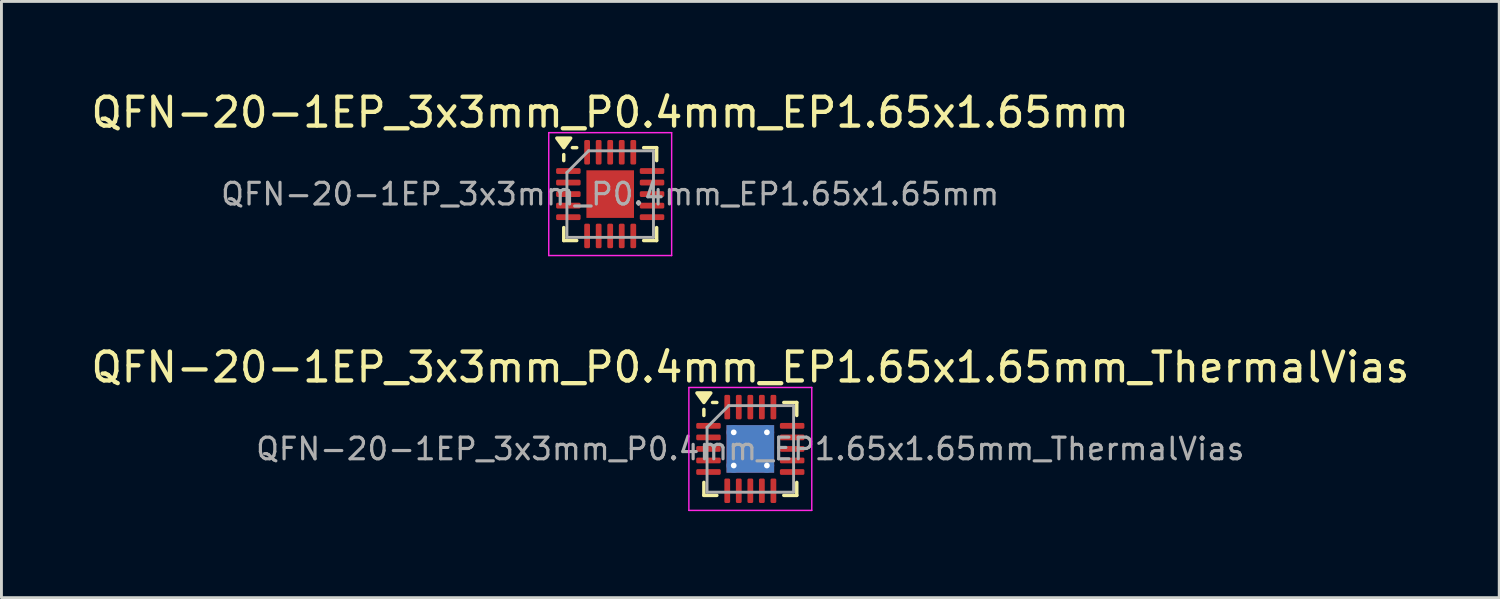
<source format=kicad_pcb>
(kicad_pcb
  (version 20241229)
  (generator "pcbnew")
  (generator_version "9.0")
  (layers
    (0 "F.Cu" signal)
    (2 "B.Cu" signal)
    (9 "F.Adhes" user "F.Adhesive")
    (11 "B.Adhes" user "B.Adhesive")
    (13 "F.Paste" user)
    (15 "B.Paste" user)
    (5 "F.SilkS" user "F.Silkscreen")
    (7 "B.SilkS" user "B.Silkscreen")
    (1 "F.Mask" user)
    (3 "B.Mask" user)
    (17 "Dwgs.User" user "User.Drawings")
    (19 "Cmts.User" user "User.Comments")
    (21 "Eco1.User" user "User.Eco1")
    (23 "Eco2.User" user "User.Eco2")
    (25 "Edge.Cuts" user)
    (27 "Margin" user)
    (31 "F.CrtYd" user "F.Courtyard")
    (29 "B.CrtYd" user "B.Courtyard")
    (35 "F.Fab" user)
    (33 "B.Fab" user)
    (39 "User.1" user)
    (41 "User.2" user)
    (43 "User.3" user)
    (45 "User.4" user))
  (footprint "QFN-20-1EP_3x3mm_P0.4mm_EP1.65x1.65mm_ThermalVias"
    (layer "F.Cu")
    (at 22.958 12.511)
    (property "Reference" "QFN-20-1EP_3x3mm_P0.4mm_EP1.65x1.65mm_ThermalVias" (at 0 -2.83 0) (layer "F.SilkS") (effects (font (size 1 1) (thickness 0.15))))
    (attr smd)
    (fp_line (start -1.61 -1.16) (end -1.61 -1.37) (stroke (width 0.12) (type solid)) (layer "F.SilkS"))
    (fp_line (start -1.61 1.61) (end -1.61 1.16) (stroke (width 0.12) (type solid)) (layer "F.SilkS"))
    (fp_line (start -1.16 -1.61) (end -1.31 -1.61) (stroke (width 0.12) (type solid)) (layer "F.SilkS"))
    (fp_line (start -1.16 1.61) (end -1.61 1.61) (stroke (width 0.12) (type solid)) (layer "F.SilkS"))
    (fp_line (start 1.16 -1.61) (end 1.61 -1.61) (stroke (width 0.12) (type solid)) (layer "F.SilkS"))
    (fp_line (start 1.16 1.61) (end 1.61 1.61) (stroke (width 0.12) (type solid)) (layer "F.SilkS"))
    (fp_line (start 1.61 -1.61) (end 1.61 -1.16) (stroke (width 0.12) (type solid)) (layer "F.SilkS"))
    (fp_line (start 1.61 1.61) (end 1.61 1.16) (stroke (width 0.12) (type solid)) (layer "F.SilkS"))
    (fp_poly (pts (xy -1.61 -1.61) (xy -1.85 -1.94) (xy -1.37 -1.94) (xy -1.61 -1.61)) (stroke (width 0.12) (type solid)) (fill yes) (layer "F.SilkS"))
    (fp_line (start -2.13 -2.13) (end -2.13 2.13) (stroke (width 0.05) (type solid)) (layer "F.CrtYd"))
    (fp_line (start -2.13 2.13) (end 2.13 2.13) (stroke (width 0.05) (type solid)) (layer "F.CrtYd"))
    (fp_line (start 2.13 -2.13) (end -2.13 -2.13) (stroke (width 0.05) (type solid)) (layer "F.CrtYd"))
    (fp_line (start 2.13 2.13) (end 2.13 -2.13) (stroke (width 0.05) (type solid)) (layer "F.CrtYd"))
    (fp_line (start -1.5 -0.75) (end -0.75 -1.5) (stroke (width 0.1) (type solid)) (layer "F.Fab"))
    (fp_line (start -1.5 1.5) (end -1.5 -0.75) (stroke (width 0.1) (type solid)) (layer "F.Fab"))
    (fp_line (start -0.75 -1.5) (end 1.5 -1.5) (stroke (width 0.1) (type solid)) (layer "F.Fab"))
    (fp_line (start 1.5 -1.5) (end 1.5 1.5) (stroke (width 0.1) (type solid)) (layer "F.Fab"))
    (fp_line (start 1.5 1.5) (end -1.5 1.5) (stroke (width 0.1) (type solid)) (layer "F.Fab"))
    (fp_text user "${REFERENCE}" (at 0 0 0) (layer "F.Fab") (effects (font (size 0.75 0.75) (thickness 0.11))))
    (pad "" smd roundrect (at -0.41 -0.41) (size 0.69 0.69) (layers "F.Paste") (roundrect_rratio 0.25))
    (pad "" smd roundrect (at -0.41 0.41) (size 0.69 0.69) (layers "F.Paste") (roundrect_rratio 0.25))
    (pad "" smd roundrect (at 0.41 -0.41) (size 0.69 0.69) (layers "F.Paste") (roundrect_rratio 0.25))
    (pad "" smd roundrect (at 0.41 0.41) (size 0.69 0.69) (layers "F.Paste") (roundrect_rratio 0.25))
    (pad "1" smd roundrect (at -1.45 -0.8) (size 0.85 0.2) (layers "F.Cu" "F.Mask" "F.Paste") (roundrect_rratio 0.25))
    (pad "2" smd roundrect (at -1.45 -0.4) (size 0.85 0.2) (layers "F.Cu" "F.Mask" "F.Paste") (roundrect_rratio 0.25))
    (pad "3" smd roundrect (at -1.45 0) (size 0.85 0.2) (layers "F.Cu" "F.Mask" "F.Paste") (roundrect_rratio 0.25))
    (pad "4" smd roundrect (at -1.45 0.4) (size 0.85 0.2) (layers "F.Cu" "F.Mask" "F.Paste") (roundrect_rratio 0.25))
    (pad "5" smd roundrect (at -1.45 0.8) (size 0.85 0.2) (layers "F.Cu" "F.Mask" "F.Paste") (roundrect_rratio 0.25))
    (pad "6" smd roundrect (at -0.8 1.45) (size 0.2 0.85) (layers "F.Cu" "F.Mask" "F.Paste") (roundrect_rratio 0.25))
    (pad "7" smd roundrect (at -0.4 1.45) (size 0.2 0.85) (layers "F.Cu" "F.Mask" "F.Paste") (roundrect_rratio 0.25))
    (pad "8" smd roundrect (at 0 1.45) (size 0.2 0.85) (layers "F.Cu" "F.Mask" "F.Paste") (roundrect_rratio 0.25))
    (pad "9" smd roundrect (at 0.4 1.45) (size 0.2 0.85) (layers "F.Cu" "F.Mask" "F.Paste") (roundrect_rratio 0.25))
    (pad "10" smd roundrect (at 0.8 1.45) (size 0.2 0.85) (layers "F.Cu" "F.Mask" "F.Paste") (roundrect_rratio 0.25))
    (pad "11" smd roundrect (at 1.45 0.8) (size 0.85 0.2) (layers "F.Cu" "F.Mask" "F.Paste") (roundrect_rratio 0.25))
    (pad "12" smd roundrect (at 1.45 0.4) (size 0.85 0.2) (layers "F.Cu" "F.Mask" "F.Paste") (roundrect_rratio 0.25))
    (pad "13" smd roundrect (at 1.45 0) (size 0.85 0.2) (layers "F.Cu" "F.Mask" "F.Paste") (roundrect_rratio 0.25))
    (pad "14" smd roundrect (at 1.45 -0.4) (size 0.85 0.2) (layers "F.Cu" "F.Mask" "F.Paste") (roundrect_rratio 0.25))
    (pad "15" smd roundrect (at 1.45 -0.8) (size 0.85 0.2) (layers "F.Cu" "F.Mask" "F.Paste") (roundrect_rratio 0.25))
    (pad "16" smd roundrect (at 0.8 -1.45) (size 0.2 0.85) (layers "F.Cu" "F.Mask" "F.Paste") (roundrect_rratio 0.25))
    (pad "17" smd roundrect (at 0.4 -1.45) (size 0.2 0.85) (layers "F.Cu" "F.Mask" "F.Paste") (roundrect_rratio 0.25))
    (pad "18" smd roundrect (at 0 -1.45) (size 0.2 0.85) (layers "F.Cu" "F.Mask" "F.Paste") (roundrect_rratio 0.25))
    (pad "19" smd roundrect (at -0.4 -1.45) (size 0.2 0.85) (layers "F.Cu" "F.Mask" "F.Paste") (roundrect_rratio 0.25))
    (pad "20" smd roundrect (at -0.8 -1.45) (size 0.2 0.85) (layers "F.Cu" "F.Mask" "F.Paste") (roundrect_rratio 0.25))
    (pad "21" thru_hole circle (at -0.575 -0.575) (size 0.5 0.5) (drill 0.2) (property pad_prop_heatsink) (layers "*.Cu"))
    (pad "21" thru_hole circle (at -0.575 0.575) (size 0.5 0.5) (drill 0.2) (property pad_prop_heatsink) (layers "*.Cu"))
    (pad "21" smd rect (at 0 0) (size 1.65 1.65) (property pad_prop_heatsink) (layers "F.Cu" "F.Mask"))
    (pad "21" smd rect (at 0 0) (size 1.65 1.65) (property pad_prop_heatsink) (layers "B.Cu"))
    (pad "21" thru_hole circle (at 0.575 -0.575) (size 0.5 0.5) (drill 0.2) (property pad_prop_heatsink) (layers "*.Cu"))
    (pad "21" thru_hole circle (at 0.575 0.575) (size 0.5 0.5) (drill 0.2) (property pad_prop_heatsink) (layers "*.Cu")))
  (footprint "QFN-20-1EP_3x3mm_P0.4mm_EP1.65x1.65mm"
    (layer "F.Cu")
    (at 18.101 3.678)
    (property "Reference" "QFN-20-1EP_3x3mm_P0.4mm_EP1.65x1.65mm" (at 0 -2.83 0) (layer "F.SilkS") (effects (font (size 1 1) (thickness 0.15))))
    (attr smd)
    (fp_line (start -1.61 -1.16) (end -1.61 -1.37) (stroke (width 0.12) (type solid)) (layer "F.SilkS"))
    (fp_line (start -1.61 1.61) (end -1.61 1.16) (stroke (width 0.12) (type solid)) (layer "F.SilkS"))
    (fp_line (start -1.16 -1.61) (end -1.31 -1.61) (stroke (width 0.12) (type solid)) (layer "F.SilkS"))
    (fp_line (start -1.16 1.61) (end -1.61 1.61) (stroke (width 0.12) (type solid)) (layer "F.SilkS"))
    (fp_line (start 1.16 -1.61) (end 1.61 -1.61) (stroke (width 0.12) (type solid)) (layer "F.SilkS"))
    (fp_line (start 1.16 1.61) (end 1.61 1.61) (stroke (width 0.12) (type solid)) (layer "F.SilkS"))
    (fp_line (start 1.61 -1.61) (end 1.61 -1.16) (stroke (width 0.12) (type solid)) (layer "F.SilkS"))
    (fp_line (start 1.61 1.61) (end 1.61 1.16) (stroke (width 0.12) (type solid)) (layer "F.SilkS"))
    (fp_poly (pts (xy -1.61 -1.61) (xy -1.85 -1.94) (xy -1.37 -1.94) (xy -1.61 -1.61)) (stroke (width 0.12) (type solid)) (fill yes) (layer "F.SilkS"))
    (fp_line (start -2.13 -2.13) (end -2.13 2.13) (stroke (width 0.05) (type solid)) (layer "F.CrtYd"))
    (fp_line (start -2.13 2.13) (end 2.13 2.13) (stroke (width 0.05) (type solid)) (layer "F.CrtYd"))
    (fp_line (start 2.13 -2.13) (end -2.13 -2.13) (stroke (width 0.05) (type solid)) (layer "F.CrtYd"))
    (fp_line (start 2.13 2.13) (end 2.13 -2.13) (stroke (width 0.05) (type solid)) (layer "F.CrtYd"))
    (fp_line (start -1.5 -0.75) (end -0.75 -1.5) (stroke (width 0.1) (type solid)) (layer "F.Fab"))
    (fp_line (start -1.5 1.5) (end -1.5 -0.75) (stroke (width 0.1) (type solid)) (layer "F.Fab"))
    (fp_line (start -0.75 -1.5) (end 1.5 -1.5) (stroke (width 0.1) (type solid)) (layer "F.Fab"))
    (fp_line (start 1.5 -1.5) (end 1.5 1.5) (stroke (width 0.1) (type solid)) (layer "F.Fab"))
    (fp_line (start 1.5 1.5) (end -1.5 1.5) (stroke (width 0.1) (type solid)) (layer "F.Fab"))
    (fp_text user "${REFERENCE}" (at 0 0 0) (layer "F.Fab") (effects (font (size 0.75 0.75) (thickness 0.11))))
    (pad "" smd roundrect (at -0.41 -0.41) (size 0.67 0.67) (layers "F.Paste") (roundrect_rratio 0.25))
    (pad "" smd roundrect (at -0.41 0.41) (size 0.67 0.67) (layers "F.Paste") (roundrect_rratio 0.25))
    (pad "" smd roundrect (at 0.41 -0.41) (size 0.67 0.67) (layers "F.Paste") (roundrect_rratio 0.25))
    (pad "" smd roundrect (at 0.41 0.41) (size 0.67 0.67) (layers "F.Paste") (roundrect_rratio 0.25))
    (pad "1" smd roundrect (at -1.45 -0.8) (size 0.85 0.2) (layers "F.Cu" "F.Mask" "F.Paste") (roundrect_rratio 0.25))
    (pad "2" smd roundrect (at -1.45 -0.4) (size 0.85 0.2) (layers "F.Cu" "F.Mask" "F.Paste") (roundrect_rratio 0.25))
    (pad "3" smd roundrect (at -1.45 0) (size 0.85 0.2) (layers "F.Cu" "F.Mask" "F.Paste") (roundrect_rratio 0.25))
    (pad "4" smd roundrect (at -1.45 0.4) (size 0.85 0.2) (layers "F.Cu" "F.Mask" "F.Paste") (roundrect_rratio 0.25))
    (pad "5" smd roundrect (at -1.45 0.8) (size 0.85 0.2) (layers "F.Cu" "F.Mask" "F.Paste") (roundrect_rratio 0.25))
    (pad "6" smd roundrect (at -0.8 1.45) (size 0.2 0.85) (layers "F.Cu" "F.Mask" "F.Paste") (roundrect_rratio 0.25))
    (pad "7" smd roundrect (at -0.4 1.45) (size 0.2 0.85) (layers "F.Cu" "F.Mask" "F.Paste") (roundrect_rratio 0.25))
    (pad "8" smd roundrect (at 0 1.45) (size 0.2 0.85) (layers "F.Cu" "F.Mask" "F.Paste") (roundrect_rratio 0.25))
    (pad "9" smd roundrect (at 0.4 1.45) (size 0.2 0.85) (layers "F.Cu" "F.Mask" "F.Paste") (roundrect_rratio 0.25))
    (pad "10" smd roundrect (at 0.8 1.45) (size 0.2 0.85) (layers "F.Cu" "F.Mask" "F.Paste") (roundrect_rratio 0.25))
    (pad "11" smd roundrect (at 1.45 0.8) (size 0.85 0.2) (layers "F.Cu" "F.Mask" "F.Paste") (roundrect_rratio 0.25))
    (pad "12" smd roundrect (at 1.45 0.4) (size 0.85 0.2) (layers "F.Cu" "F.Mask" "F.Paste") (roundrect_rratio 0.25))
    (pad "13" smd roundrect (at 1.45 0) (size 0.85 0.2) (layers "F.Cu" "F.Mask" "F.Paste") (roundrect_rratio 0.25))
    (pad "14" smd roundrect (at 1.45 -0.4) (size 0.85 0.2) (layers "F.Cu" "F.Mask" "F.Paste") (roundrect_rratio 0.25))
    (pad "15" smd roundrect (at 1.45 -0.8) (size 0.85 0.2) (layers "F.Cu" "F.Mask" "F.Paste") (roundrect_rratio 0.25))
    (pad "16" smd roundrect (at 0.8 -1.45) (size 0.2 0.85) (layers "F.Cu" "F.Mask" "F.Paste") (roundrect_rratio 0.25))
    (pad "17" smd roundrect (at 0.4 -1.45) (size 0.2 0.85) (layers "F.Cu" "F.Mask" "F.Paste") (roundrect_rratio 0.25))
    (pad "18" smd roundrect (at 0 -1.45) (size 0.2 0.85) (layers "F.Cu" "F.Mask" "F.Paste") (roundrect_rratio 0.25))
    (pad "19" smd roundrect (at -0.4 -1.45) (size 0.2 0.85) (layers "F.Cu" "F.Mask" "F.Paste") (roundrect_rratio 0.25))
    (pad "20" smd roundrect (at -0.8 -1.45) (size 0.2 0.85) (layers "F.Cu" "F.Mask" "F.Paste") (roundrect_rratio 0.25))
    (pad "21" smd rect (at 0 0) (size 1.65 1.65) (property pad_prop_heatsink) (layers "F.Cu" "F.Mask")))
  (gr_rect
    (start -3 -3)
    (end 48.917 17.666)
    (stroke (width 0.1) (type default))
    (fill no)
    (layer "Edge.Cuts")))
</source>
